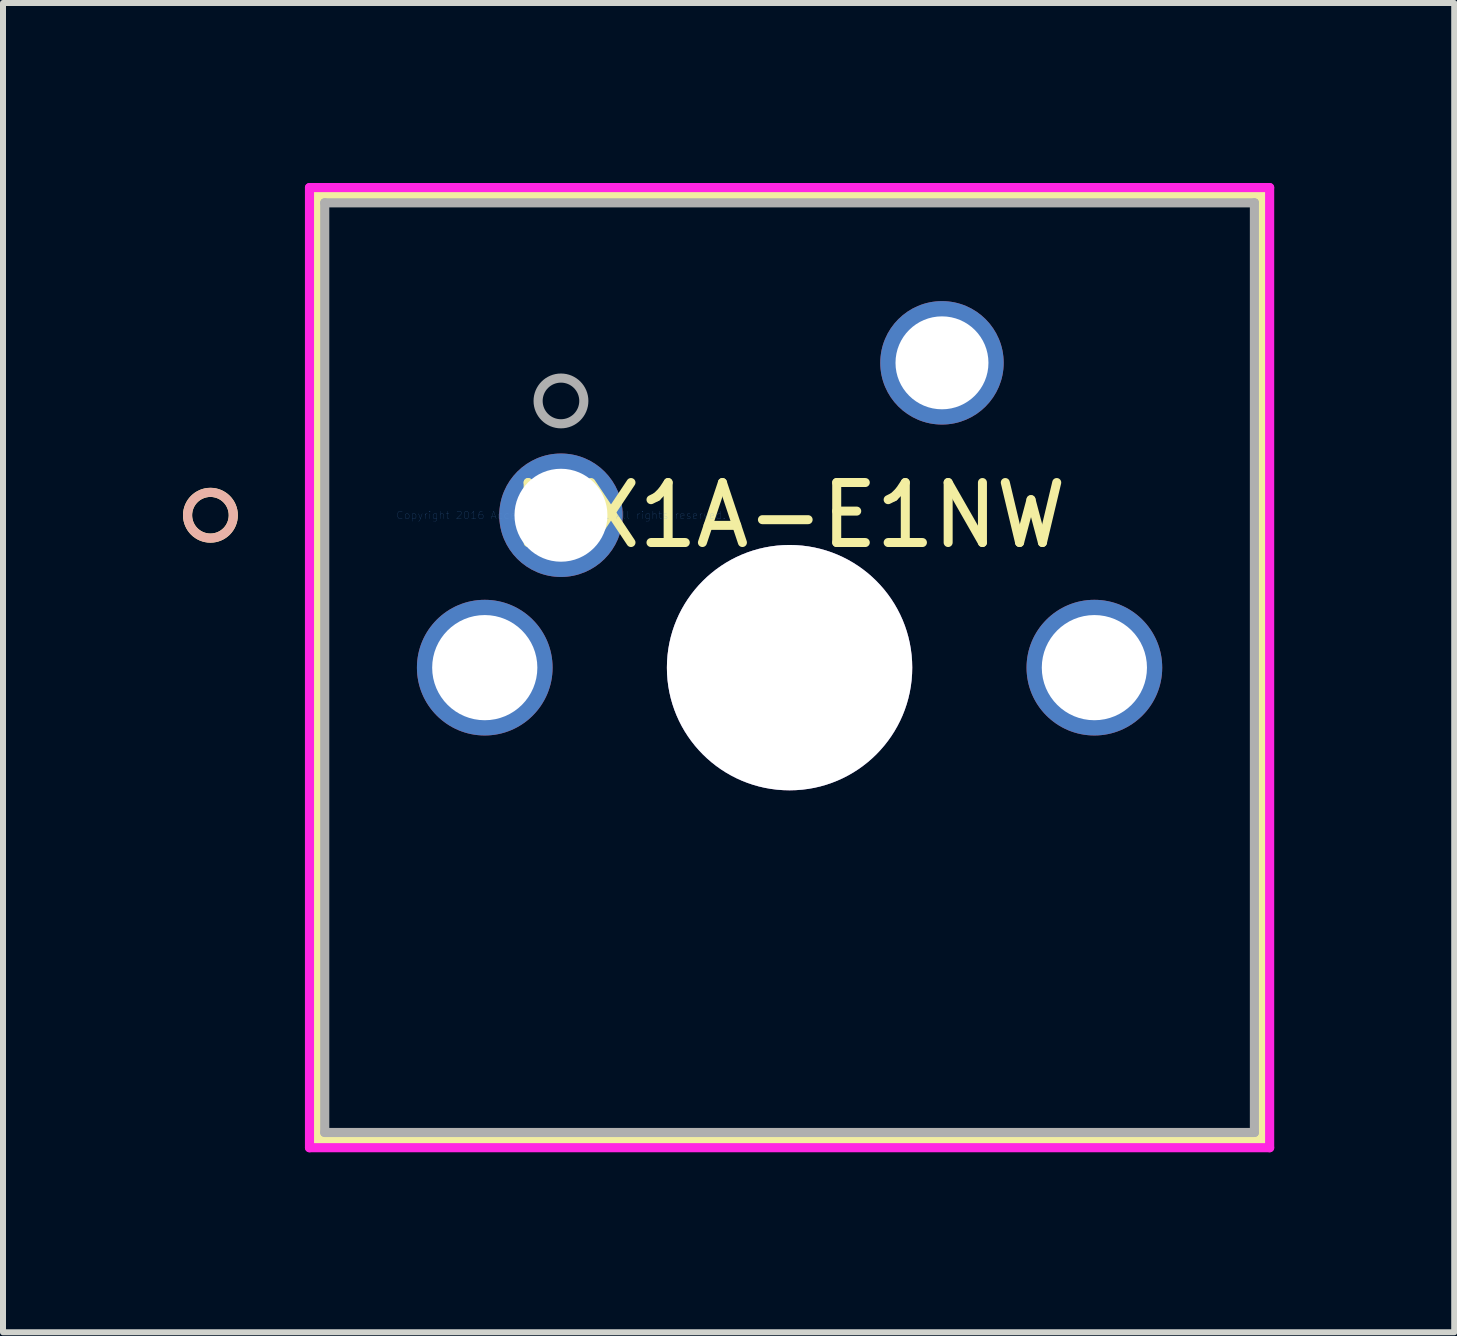
<source format=kicad_pcb>
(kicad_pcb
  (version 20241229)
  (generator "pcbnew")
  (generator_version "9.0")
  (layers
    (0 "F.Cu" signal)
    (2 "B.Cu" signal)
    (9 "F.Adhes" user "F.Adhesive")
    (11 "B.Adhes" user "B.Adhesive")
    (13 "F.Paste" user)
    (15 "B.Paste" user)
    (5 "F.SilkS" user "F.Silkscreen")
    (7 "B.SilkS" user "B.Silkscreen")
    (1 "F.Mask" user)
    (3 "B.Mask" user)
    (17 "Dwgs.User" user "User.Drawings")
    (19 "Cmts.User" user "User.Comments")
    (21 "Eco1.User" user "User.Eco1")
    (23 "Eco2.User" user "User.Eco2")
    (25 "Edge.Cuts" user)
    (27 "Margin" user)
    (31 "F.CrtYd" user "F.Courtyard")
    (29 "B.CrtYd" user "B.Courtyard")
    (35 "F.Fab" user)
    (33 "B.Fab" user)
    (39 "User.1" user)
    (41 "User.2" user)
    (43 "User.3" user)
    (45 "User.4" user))
  (footprint "MX1A-E1NW"
    (layer "F.Cu")
    (at 6.299 5.537)
    (property "Reference" "MX1A-E1NW" (at 3.81 0 0) (layer "F.SilkS") (effects (font (size 1 1) (thickness 0.15))))
    (attr through_hole)
    (fp_line (start -4.064 -5.334) (end -4.064 10.414) (stroke (width 0.152) (type solid)) (layer "F.SilkS"))
    (fp_line (start -4.064 10.414) (end 11.684 10.414) (stroke (width 0.152) (type solid)) (layer "F.SilkS"))
    (fp_line (start 11.684 -5.334) (end -4.064 -5.334) (stroke (width 0.152) (type solid)) (layer "F.SilkS"))
    (fp_line (start 11.684 10.414) (end 11.684 -5.334) (stroke (width 0.152) (type solid)) (layer "F.SilkS"))
    (fp_circle (center -5.842 0) (end -5.461 0) (stroke (width 0.152) (type solid)) (fill no) (layer "F.SilkS"))
    (fp_circle (center -5.842 0) (end -5.461 0) (stroke (width 0.152) (type solid)) (fill no) (layer "B.SilkS"))
    (fp_line (start -4.191 -5.461) (end -4.191 10.541) (stroke (width 0.152) (type solid)) (layer "F.CrtYd"))
    (fp_line (start -4.191 10.541) (end 11.811 10.541) (stroke (width 0.152) (type solid)) (layer "F.CrtYd"))
    (fp_line (start 11.811 -5.461) (end -4.191 -5.461) (stroke (width 0.152) (type solid)) (layer "F.CrtYd"))
    (fp_line (start 11.811 10.541) (end 11.811 -5.461) (stroke (width 0.152) (type solid)) (layer "F.CrtYd"))
    (fp_line (start -3.937 -5.207) (end -3.937 10.287) (stroke (width 0.152) (type solid)) (layer "F.Fab"))
    (fp_line (start -3.937 10.287) (end 11.557 10.287) (stroke (width 0.152) (type solid)) (layer "F.Fab"))
    (fp_line (start 11.557 -5.207) (end -3.937 -5.207) (stroke (width 0.152) (type solid)) (layer "F.Fab"))
    (fp_line (start 11.557 10.287) (end 11.557 -5.207) (stroke (width 0.152) (type solid)) (layer "F.Fab"))
    (fp_circle (center 0 -1.905) (end 0.381 -1.905) (stroke (width 0.152) (type solid)) (fill no) (layer "F.Fab"))
    (fp_text user "Copyright 2016 Accelerated Designs. All rights reserved." (at 0 0 0) (layer "Cmts.User") (effects (font (size 0.127 0.127) (thickness 0.002))))
    (pad "1" thru_hole circle (at 0 0) (size 2.057 2.057) (drill 1.549) (layers "*.Cu" "*.Mask"))
    (pad "2" thru_hole circle (at 6.35 -2.54) (size 2.057 2.057) (drill 1.549) (layers "*.Cu" "*.Mask"))
    (pad "3" thru_hole circle (at 3.81 2.54) (size 4.089 4.089) (drill 4.089) (layers "*.Cu" "*.Mask"))
    (pad "4" thru_hole circle (at -1.27 2.54) (size 2.261 2.261) (drill 1.753) (layers "*.Cu" "*.Mask"))
    (pad "5" thru_hole circle (at 8.89 2.54) (size 2.261 2.261) (drill 1.753) (layers "*.Cu" "*.Mask")))
  (gr_rect
    (start -3 -3)
    (end 21.186 19.154)
    (stroke (width 0.1) (type default))
    (fill no)
    (layer "Edge.Cuts")))
</source>
